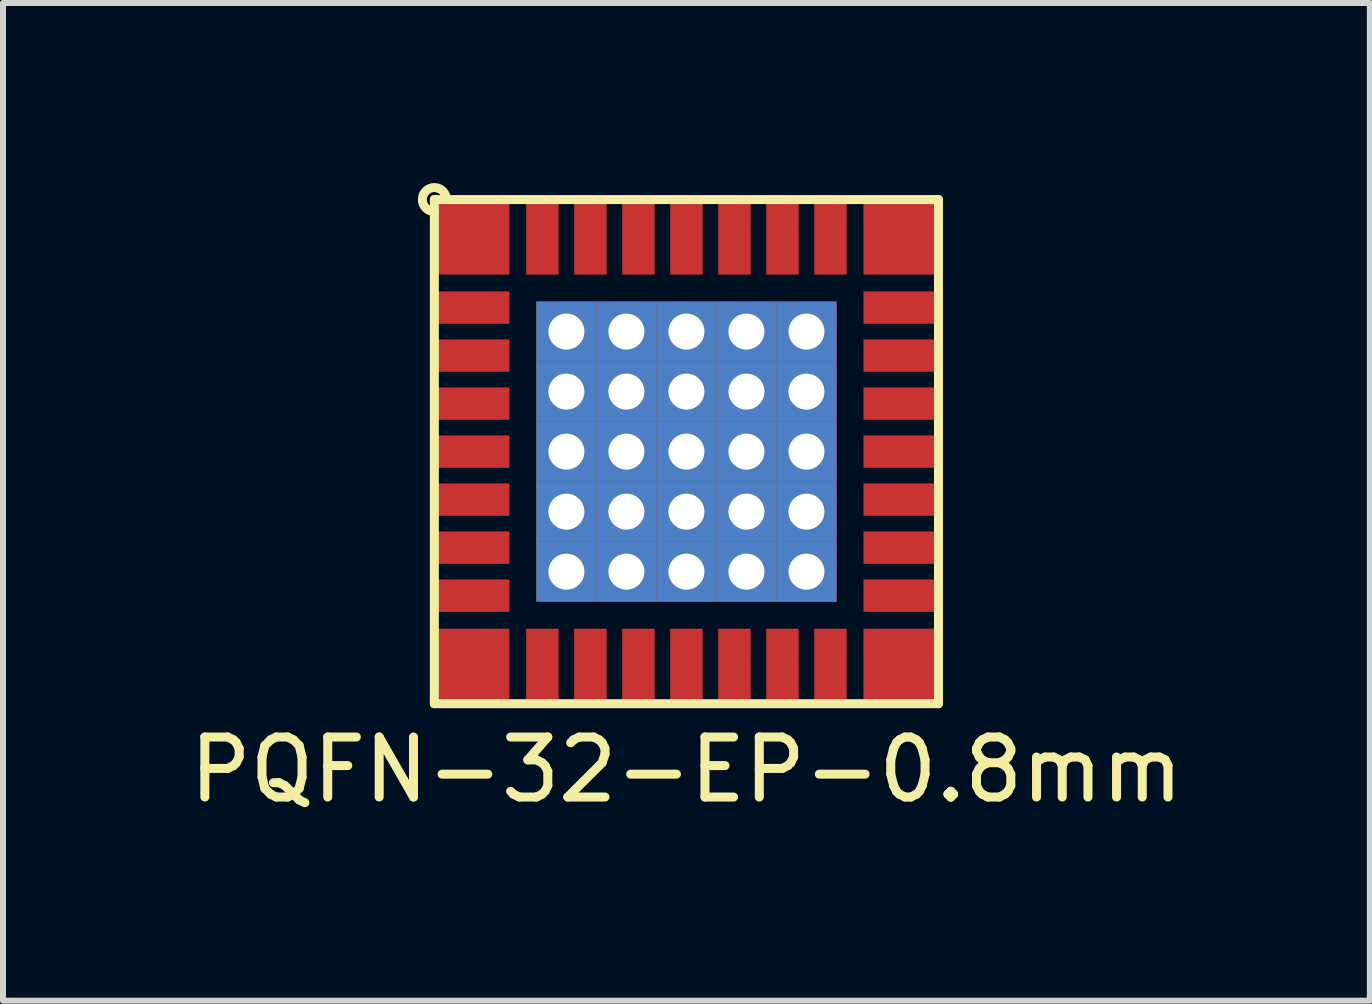
<source format=kicad_pcb>
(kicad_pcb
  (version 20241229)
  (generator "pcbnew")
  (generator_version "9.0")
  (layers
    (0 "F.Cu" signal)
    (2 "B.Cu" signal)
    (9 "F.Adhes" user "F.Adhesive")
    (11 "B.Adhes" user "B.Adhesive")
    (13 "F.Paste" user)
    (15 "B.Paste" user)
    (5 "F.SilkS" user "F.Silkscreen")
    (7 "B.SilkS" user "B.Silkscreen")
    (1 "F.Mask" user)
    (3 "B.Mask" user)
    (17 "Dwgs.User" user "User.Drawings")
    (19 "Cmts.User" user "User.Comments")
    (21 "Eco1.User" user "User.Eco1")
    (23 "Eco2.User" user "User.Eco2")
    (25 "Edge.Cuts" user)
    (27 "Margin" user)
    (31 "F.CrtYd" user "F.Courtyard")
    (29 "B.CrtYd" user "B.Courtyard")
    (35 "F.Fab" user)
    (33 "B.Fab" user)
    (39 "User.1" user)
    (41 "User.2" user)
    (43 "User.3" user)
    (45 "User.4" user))
  (footprint "PQFN-32-EP-0.8mm"
    (layer "F.Cu")
    (at 8.387 4.475)
    (property "Reference" "PQFN-32-EP-0.8mm" (at 0 5.3 0) (layer "F.SilkS") (effects (font (size 1 1) (thickness 0.15))))
    (attr through_hole)
    (fp_line (start -4.2 -4.2) (end 4.2 -4.2) (stroke (width 0.15) (type solid)) (layer "F.SilkS"))
    (fp_line (start -4.2 4.2) (end -4.2 -4.2) (stroke (width 0.15) (type solid)) (layer "F.SilkS"))
    (fp_line (start 4.2 -4.2) (end 4.2 4.2) (stroke (width 0.15) (type solid)) (layer "F.SilkS"))
    (fp_line (start 4.2 4.2) (end -4.2 4.2) (stroke (width 0.15) (type solid)) (layer "F.SilkS"))
    (fp_arc (start -4.2 -4) (mid -4.341421 -4.341421) (end -4 -4.2) (stroke (width 0.15) (type solid)) (layer "F.SilkS"))
    (fp_line (start -2 -2) (end -0.5 -2) (stroke (width 0.15) (type solid)) (layer "F.Paste"))
    (fp_line (start -2 -0.5) (end -2 -2) (stroke (width 0.15) (type solid)) (layer "F.Paste"))
    (fp_line (start -2 0.5) (end -0.5 0.5) (stroke (width 0.15) (type solid)) (layer "F.Paste"))
    (fp_line (start -2 2) (end -2 0.5) (stroke (width 0.15) (type solid)) (layer "F.Paste"))
    (fp_line (start -1.9 -1.9) (end -0.6 -1.9) (stroke (width 0.15) (type solid)) (layer "F.Paste"))
    (fp_line (start -1.9 -1.7) (end -0.6 -1.7) (stroke (width 0.15) (type solid)) (layer "F.Paste"))
    (fp_line (start -1.9 -1.5) (end -0.6 -1.5) (stroke (width 0.15) (type solid)) (layer "F.Paste"))
    (fp_line (start -1.9 -1.3) (end -0.6 -1.3) (stroke (width 0.15) (type solid)) (layer "F.Paste"))
    (fp_line (start -1.9 -1.1) (end -0.6 -1.1) (stroke (width 0.15) (type solid)) (layer "F.Paste"))
    (fp_line (start -1.9 -0.9) (end -0.6 -0.9) (stroke (width 0.15) (type solid)) (layer "F.Paste"))
    (fp_line (start -1.9 -0.7) (end -0.6 -0.7) (stroke (width 0.15) (type solid)) (layer "F.Paste"))
    (fp_line (start -1.9 0.6) (end -0.6 0.6) (stroke (width 0.15) (type solid)) (layer "F.Paste"))
    (fp_line (start -1.9 0.8) (end -0.6 0.8) (stroke (width 0.15) (type solid)) (layer "F.Paste"))
    (fp_line (start -1.9 1) (end -0.6 1) (stroke (width 0.15) (type solid)) (layer "F.Paste"))
    (fp_line (start -1.9 1.2) (end -0.6 1.2) (stroke (width 0.15) (type solid)) (layer "F.Paste"))
    (fp_line (start -1.9 1.4) (end -0.6 1.4) (stroke (width 0.15) (type solid)) (layer "F.Paste"))
    (fp_line (start -1.9 1.6) (end -0.6 1.6) (stroke (width 0.15) (type solid)) (layer "F.Paste"))
    (fp_line (start -1.9 1.8) (end -0.6 1.8) (stroke (width 0.15) (type solid)) (layer "F.Paste"))
    (fp_line (start -0.6 -1.8) (end -1.9 -1.8) (stroke (width 0.15) (type solid)) (layer "F.Paste"))
    (fp_line (start -0.6 -1.6) (end -1.9 -1.6) (stroke (width 0.15) (type solid)) (layer "F.Paste"))
    (fp_line (start -0.6 -1.4) (end -1.9 -1.4) (stroke (width 0.15) (type solid)) (layer "F.Paste"))
    (fp_line (start -0.6 -1.2) (end -1.9 -1.2) (stroke (width 0.15) (type solid)) (layer "F.Paste"))
    (fp_line (start -0.6 -1) (end -1.9 -1) (stroke (width 0.15) (type solid)) (layer "F.Paste"))
    (fp_line (start -0.6 -0.8) (end -1.9 -0.8) (stroke (width 0.15) (type solid)) (layer "F.Paste"))
    (fp_line (start -0.6 -0.6) (end -1.9 -0.6) (stroke (width 0.15) (type solid)) (layer "F.Paste"))
    (fp_line (start -0.6 0.7) (end -1.9 0.7) (stroke (width 0.15) (type solid)) (layer "F.Paste"))
    (fp_line (start -0.6 0.9) (end -1.9 0.9) (stroke (width 0.15) (type solid)) (layer "F.Paste"))
    (fp_line (start -0.6 1.1) (end -1.9 1.1) (stroke (width 0.15) (type solid)) (layer "F.Paste"))
    (fp_line (start -0.6 1.3) (end -1.9 1.3) (stroke (width 0.15) (type solid)) (layer "F.Paste"))
    (fp_line (start -0.6 1.5) (end -1.9 1.5) (stroke (width 0.15) (type solid)) (layer "F.Paste"))
    (fp_line (start -0.6 1.7) (end -1.9 1.7) (stroke (width 0.15) (type solid)) (layer "F.Paste"))
    (fp_line (start -0.6 1.9) (end -1.9 1.9) (stroke (width 0.15) (type solid)) (layer "F.Paste"))
    (fp_line (start -0.5 -2) (end -0.5 -0.5) (stroke (width 0.15) (type solid)) (layer "F.Paste"))
    (fp_line (start -0.5 -0.5) (end -2 -0.5) (stroke (width 0.15) (type solid)) (layer "F.Paste"))
    (fp_line (start -0.5 0.5) (end -0.5 2) (stroke (width 0.15) (type solid)) (layer "F.Paste"))
    (fp_line (start -0.5 2) (end -2 2) (stroke (width 0.15) (type solid)) (layer "F.Paste"))
    (fp_line (start 0.5 -2) (end 2 -2) (stroke (width 0.15) (type solid)) (layer "F.Paste"))
    (fp_line (start 0.5 -0.5) (end 0.5 -2) (stroke (width 0.15) (type solid)) (layer "F.Paste"))
    (fp_line (start 0.5 0.5) (end 2 0.5) (stroke (width 0.15) (type solid)) (layer "F.Paste"))
    (fp_line (start 0.5 2) (end 0.5 0.5) (stroke (width 0.15) (type solid)) (layer "F.Paste"))
    (fp_line (start 0.6 -1.9) (end 1.9 -1.9) (stroke (width 0.15) (type solid)) (layer "F.Paste"))
    (fp_line (start 0.6 -1.7) (end 1.9 -1.7) (stroke (width 0.15) (type solid)) (layer "F.Paste"))
    (fp_line (start 0.6 -1.5) (end 1.9 -1.5) (stroke (width 0.15) (type solid)) (layer "F.Paste"))
    (fp_line (start 0.6 -1.3) (end 1.9 -1.3) (stroke (width 0.15) (type solid)) (layer "F.Paste"))
    (fp_line (start 0.6 -1.1) (end 1.9 -1.1) (stroke (width 0.15) (type solid)) (layer "F.Paste"))
    (fp_line (start 0.6 -0.9) (end 1.9 -0.9) (stroke (width 0.15) (type solid)) (layer "F.Paste"))
    (fp_line (start 0.6 -0.7) (end 1.9 -0.7) (stroke (width 0.15) (type solid)) (layer "F.Paste"))
    (fp_line (start 0.6 0.6) (end 1.9 0.6) (stroke (width 0.15) (type solid)) (layer "F.Paste"))
    (fp_line (start 0.6 0.8) (end 1.9 0.8) (stroke (width 0.15) (type solid)) (layer "F.Paste"))
    (fp_line (start 0.6 1) (end 1.9 1) (stroke (width 0.15) (type solid)) (layer "F.Paste"))
    (fp_line (start 0.6 1.2) (end 1.9 1.2) (stroke (width 0.15) (type solid)) (layer "F.Paste"))
    (fp_line (start 0.6 1.4) (end 1.9 1.4) (stroke (width 0.15) (type solid)) (layer "F.Paste"))
    (fp_line (start 0.6 1.6) (end 1.9 1.6) (stroke (width 0.15) (type solid)) (layer "F.Paste"))
    (fp_line (start 0.6 1.8) (end 1.9 1.8) (stroke (width 0.15) (type solid)) (layer "F.Paste"))
    (fp_line (start 1.9 -1.8) (end 0.6 -1.8) (stroke (width 0.15) (type solid)) (layer "F.Paste"))
    (fp_line (start 1.9 -1.6) (end 0.6 -1.6) (stroke (width 0.15) (type solid)) (layer "F.Paste"))
    (fp_line (start 1.9 -1.4) (end 0.6 -1.4) (stroke (width 0.15) (type solid)) (layer "F.Paste"))
    (fp_line (start 1.9 -1.2) (end 0.6 -1.2) (stroke (width 0.15) (type solid)) (layer "F.Paste"))
    (fp_line (start 1.9 -1) (end 0.6 -1) (stroke (width 0.15) (type solid)) (layer "F.Paste"))
    (fp_line (start 1.9 -0.8) (end 0.6 -0.8) (stroke (width 0.15) (type solid)) (layer "F.Paste"))
    (fp_line (start 1.9 -0.6) (end 0.6 -0.6) (stroke (width 0.15) (type solid)) (layer "F.Paste"))
    (fp_line (start 1.9 0.7) (end 0.6 0.7) (stroke (width 0.15) (type solid)) (layer "F.Paste"))
    (fp_line (start 1.9 0.9) (end 0.6 0.9) (stroke (width 0.15) (type solid)) (layer "F.Paste"))
    (fp_line (start 1.9 1.1) (end 0.6 1.1) (stroke (width 0.15) (type solid)) (layer "F.Paste"))
    (fp_line (start 1.9 1.3) (end 0.6 1.3) (stroke (width 0.15) (type solid)) (layer "F.Paste"))
    (fp_line (start 1.9 1.5) (end 0.6 1.5) (stroke (width 0.15) (type solid)) (layer "F.Paste"))
    (fp_line (start 1.9 1.7) (end 0.6 1.7) (stroke (width 0.15) (type solid)) (layer "F.Paste"))
    (fp_line (start 1.9 1.9) (end 0.6 1.9) (stroke (width 0.15) (type solid)) (layer "F.Paste"))
    (fp_line (start 2 -2) (end 2 -0.5) (stroke (width 0.15) (type solid)) (layer "F.Paste"))
    (fp_line (start 2 -0.5) (end 0.5 -0.5) (stroke (width 0.15) (type solid)) (layer "F.Paste"))
    (fp_line (start 2 0.5) (end 2 2) (stroke (width 0.15) (type solid)) (layer "F.Paste"))
    (fp_line (start 2 2) (end 0.5 2) (stroke (width 0.15) (type solid)) (layer "F.Paste"))
    (pad "1" smd rect (at -3.475 -3.475) (size 1.25 1.25) (drill (offset -0.1 -0.1)) (layers "F.Cu" "F.Mask" "F.Paste"))
    (pad "2" smd rect (at -3.475 -2.4 90) (size 0.54 1.25) (drill (offset 0 -0.1)) (layers "F.Cu" "F.Mask" "F.Paste"))
    (pad "3" smd rect (at -3.475 -1.6 90) (size 0.54 1.25) (drill (offset 0 -0.1)) (layers "F.Cu" "F.Mask" "F.Paste"))
    (pad "4" smd rect (at -3.475 -0.8 90) (size 0.54 1.25) (drill (offset 0 -0.1)) (layers "F.Cu" "F.Mask" "F.Paste"))
    (pad "5" smd rect (at -3.475 0 90) (size 0.54 1.25) (drill (offset 0 -0.1)) (layers "F.Cu" "F.Mask" "F.Paste"))
    (pad "6" smd rect (at -3.475 0.8 90) (size 0.54 1.25) (drill (offset 0 -0.1)) (layers "F.Cu" "F.Mask" "F.Paste"))
    (pad "7" smd rect (at -3.475 1.6 90) (size 0.54 1.25) (drill (offset 0 -0.1)) (layers "F.Cu" "F.Mask" "F.Paste"))
    (pad "8" smd rect (at -3.475 2.4 90) (size 0.54 1.25) (drill (offset 0 -0.1)) (layers "F.Cu" "F.Mask" "F.Paste"))
    (pad "9" smd rect (at -3.475 3.475) (size 1.25 1.25) (drill (offset -0.1 0.1)) (layers "F.Cu" "F.Mask" "F.Paste"))
    (pad "10" smd rect (at -2.4 3.475 180) (size 0.54 1.25) (drill (offset 0 -0.1)) (layers "F.Cu" "F.Mask" "F.Paste"))
    (pad "11" smd rect (at -1.6 3.475 180) (size 0.54 1.25) (drill (offset 0 -0.1)) (layers "F.Cu" "F.Mask" "F.Paste"))
    (pad "12" smd rect (at -0.8 3.475 180) (size 0.54 1.25) (drill (offset 0 -0.1)) (layers "F.Cu" "F.Mask" "F.Paste"))
    (pad "13" smd rect (at 0 3.475 180) (size 0.54 1.25) (drill (offset 0 -0.1)) (layers "F.Cu" "F.Mask" "F.Paste"))
    (pad "14" smd rect (at 0.8 3.475 180) (size 0.54 1.25) (drill (offset 0 -0.1)) (layers "F.Cu" "F.Mask" "F.Paste"))
    (pad "15" smd rect (at 1.6 3.475 180) (size 0.54 1.25) (drill (offset 0 -0.1)) (layers "F.Cu" "F.Mask" "F.Paste"))
    (pad "16" smd rect (at 2.4 3.475 180) (size 0.54 1.25) (drill (offset 0 -0.1)) (layers "F.Cu" "F.Mask" "F.Paste"))
    (pad "17" smd rect (at 3.475 3.475) (size 1.25 1.25) (drill (offset 0.1 0.1)) (layers "F.Cu" "F.Mask" "F.Paste"))
    (pad "18" smd rect (at 3.475 2.4 270) (size 0.54 1.25) (drill (offset 0 -0.1)) (layers "F.Cu" "F.Mask" "F.Paste"))
    (pad "19" smd rect (at 3.475 1.6 270) (size 0.54 1.25) (drill (offset 0 -0.1)) (layers "F.Cu" "F.Mask" "F.Paste"))
    (pad "20" smd rect (at 3.475 0.8 270) (size 0.54 1.25) (drill (offset 0 -0.1)) (layers "F.Cu" "F.Mask" "F.Paste"))
    (pad "21" smd rect (at 3.475 0 270) (size 0.54 1.25) (drill (offset 0 -0.1)) (layers "F.Cu" "F.Mask" "F.Paste"))
    (pad "22" smd rect (at 3.475 -0.8 270) (size 0.54 1.25) (drill (offset 0 -0.1)) (layers "F.Cu" "F.Mask" "F.Paste"))
    (pad "23" smd rect (at 3.475 -1.6 270) (size 0.54 1.25) (drill (offset 0 -0.1)) (layers "F.Cu" "F.Mask" "F.Paste"))
    (pad "24" smd rect (at 3.475 -2.4 270) (size 0.54 1.25) (drill (offset 0 -0.1)) (layers "F.Cu" "F.Mask" "F.Paste"))
    (pad "25" smd rect (at 3.475 -3.475) (size 1.25 1.25) (drill (offset 0.1 -0.1)) (layers "F.Cu" "F.Mask" "F.Paste"))
    (pad "26" smd rect (at 2.4 -3.475) (size 0.54 1.25) (drill (offset 0 -0.1)) (layers "F.Cu" "F.Mask" "F.Paste"))
    (pad "27" smd rect (at 1.6 -3.475) (size 0.54 1.25) (drill (offset 0 -0.1)) (layers "F.Cu" "F.Mask" "F.Paste"))
    (pad "28" smd rect (at 0.8 -3.475) (size 0.54 1.25) (drill (offset 0 -0.1)) (layers "F.Cu" "F.Mask" "F.Paste"))
    (pad "29" smd rect (at 0 -3.475) (size 0.54 1.25) (drill (offset 0 -0.1)) (layers "F.Cu" "F.Mask" "F.Paste"))
    (pad "30" smd rect (at -0.8 -3.475) (size 0.54 1.25) (drill (offset 0 -0.1)) (layers "F.Cu" "F.Mask" "F.Paste"))
    (pad "31" smd rect (at -1.6 -3.475) (size 0.54 1.25) (drill (offset 0 -0.1)) (layers "F.Cu" "F.Mask" "F.Paste"))
    (pad "32" smd rect (at -2.4 -3.475) (size 0.54 1.25) (drill (offset 0 -0.1)) (layers "F.Cu" "F.Mask" "F.Paste"))
    (pad "pad" thru_hole rect (at -2 -2) (size 1 1) (drill 0.6) (layers "*.Cu" "B.Mask"))
    (pad "pad" thru_hole rect (at -2 -1) (size 1 1) (drill 0.6) (layers "*.Cu" "B.Mask"))
    (pad "pad" thru_hole rect (at -2 0) (size 1 1) (drill 0.6) (layers "*.Cu" "B.Mask"))
    (pad "pad" thru_hole rect (at -2 1) (size 1 1) (drill 0.6) (layers "*.Cu" "B.Mask"))
    (pad "pad" thru_hole rect (at -2 2) (size 1 1) (drill 0.6) (layers "*.Cu" "B.Mask"))
    (pad "pad" thru_hole rect (at -1 -2) (size 1 1) (drill 0.6) (layers "*.Cu" "B.Mask"))
    (pad "pad" thru_hole rect (at -1 -1) (size 1 1) (drill 0.6) (layers "*.Cu" "B.Mask"))
    (pad "pad" thru_hole rect (at -1 0) (size 1 1) (drill 0.6) (layers "*.Cu" "B.Mask"))
    (pad "pad" thru_hole rect (at -1 1) (size 1 1) (drill 0.6) (layers "*.Cu" "B.Mask"))
    (pad "pad" thru_hole rect (at -1 2) (size 1 1) (drill 0.6) (layers "*.Cu" "B.Mask"))
    (pad "pad" thru_hole rect (at 0 -2) (size 1 1) (drill 0.6) (layers "*.Cu" "B.Mask"))
    (pad "pad" thru_hole rect (at 0 -1) (size 1 1) (drill 0.6) (layers "*.Cu" "B.Mask"))
    (pad "pad" thru_hole rect (at 0 0) (size 1 1) (drill 0.6) (layers "*.Cu" "B.Mask"))
    (pad "pad" smd rect (at 0 0) (size 5 5) (layers "F.Cu" "F.Mask"))
    (pad "pad" thru_hole rect (at 0 1) (size 1 1) (drill 0.6) (layers "*.Cu" "B.Mask"))
    (pad "pad" thru_hole rect (at 0 2) (size 1 1) (drill 0.6) (layers "*.Cu" "B.Mask"))
    (pad "pad" thru_hole rect (at 1 -2) (size 1 1) (drill 0.6) (layers "*.Cu" "B.Mask"))
    (pad "pad" thru_hole rect (at 1 -1) (size 1 1) (drill 0.6) (layers "*.Cu" "B.Mask"))
    (pad "pad" thru_hole rect (at 1 0) (size 1 1) (drill 0.6) (layers "*.Cu" "B.Mask"))
    (pad "pad" thru_hole rect (at 1 1) (size 1 1) (drill 0.6) (layers "*.Cu" "B.Mask"))
    (pad "pad" thru_hole rect (at 1 2) (size 1 1) (drill 0.6) (layers "*.Cu" "B.Mask"))
    (pad "pad" thru_hole rect (at 2 -2) (size 1 1) (drill 0.6) (layers "*.Cu" "B.Mask"))
    (pad "pad" thru_hole rect (at 2 -1) (size 1 1) (drill 0.6) (layers "*.Cu" "B.Mask"))
    (pad "pad" thru_hole rect (at 2 0) (size 1 1) (drill 0.6) (layers "*.Cu" "B.Mask"))
    (pad "pad" thru_hole rect (at 2 1) (size 1 1) (drill 0.6) (layers "*.Cu" "B.Mask"))
    (pad "pad" thru_hole rect (at 2 2) (size 1 1) (drill 0.6) (layers "*.Cu" "B.Mask")))
  (gr_rect
    (start -3 -3)
    (end 19.774 13.623)
    (stroke (width 0.1) (type default))
    (fill no)
    (layer "Edge.Cuts")))
</source>
